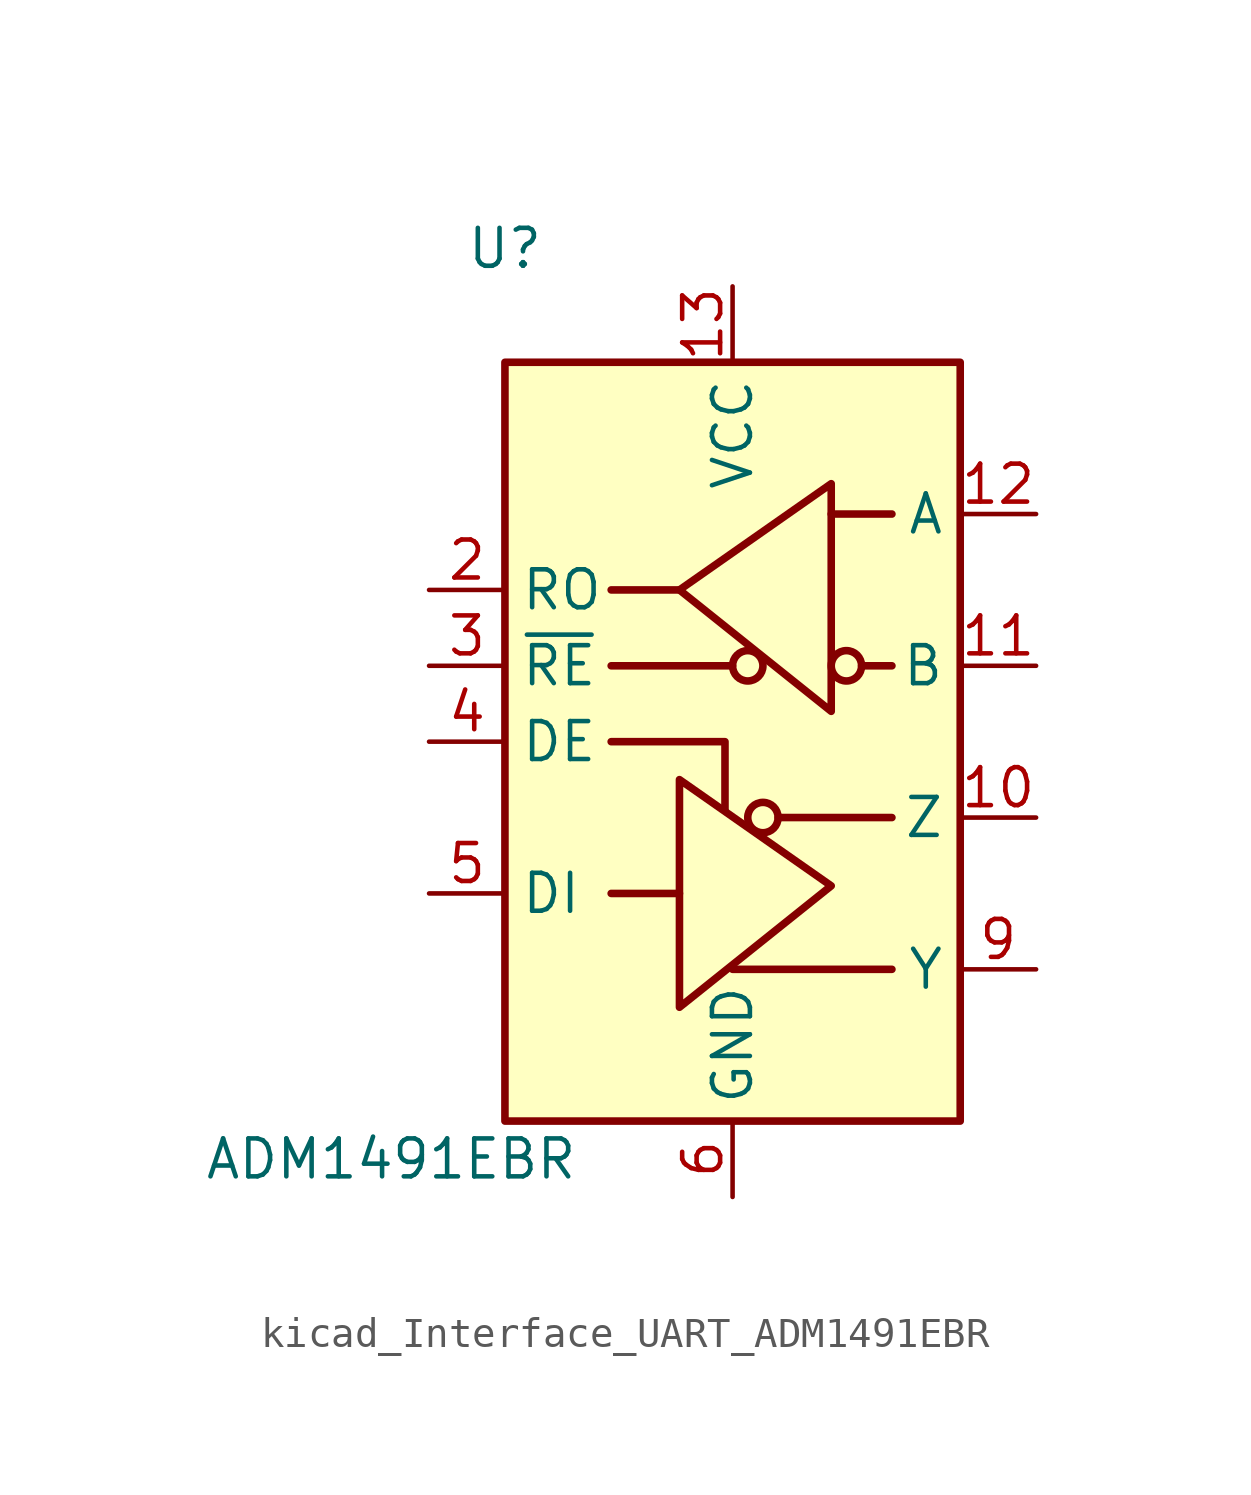
<source format=kicad_sym>
(kicad_symbol_lib
  (version 20220914)
  (generator kicad_symbol_editor)
  (symbol "kicad_Interface_UART_ADM1491EBR"
    (property "Reference" "U"
      (at -7.62 16.51 0)
      (effects (font (size 1.27 1.27))))
    (property "Value" "ADM1491EBR"
      (at -11.43 -13.97 0)
      (effects (font (size 1.27 1.27))))
    (symbol "kicad_Interface_UART_ADM1491EBR_0_1"
      (rectangle (start -7.62 12.7) (end 7.62 -12.7) (stroke (width 0.254) (type default)) (fill (type background)))
      (polyline (pts (xy -4.064 2.54) (xy 0 2.54)) (stroke (width 0.254) (type default)) (fill (type none)))
      (polyline (pts (xy -1.778 -5.08) (xy -4.064 -5.08)) (stroke (width 0.254) (type default)) (fill (type none)))
      (polyline (pts (xy -1.778 5.08) (xy -4.064 5.08)) (stroke (width 0.254) (type default)) (fill (type none)))
      (polyline (pts (xy 0 -7.62) (xy 5.334 -7.62)) (stroke (width 0.254) (type default)) (fill (type none)))
      (polyline (pts (xy 1.524 -2.54) (xy 5.334 -2.54)) (stroke (width 0.254) (type default)) (fill (type none)))
      (polyline (pts (xy 3.302 7.62) (xy 5.334 7.62)) (stroke (width 0.254) (type default)) (fill (type none)))
      (polyline (pts (xy 4.318 2.54) (xy 5.334 2.54)) (stroke (width 0.254) (type default)) (fill (type none)))
      (polyline (pts (xy -4.064 0) (xy -0.254 0) (xy -0.254 -2.286)) (stroke (width 0.254) (type default)) (fill (type none)))
      (polyline (pts (xy -1.778 -5.08) (xy -1.778 -1.27) (xy 3.302 -4.826) (xy -1.778 -8.89) (xy -1.778 -5.08)) (stroke (width 0.254) (type default)) (fill (type none)))
      (circle (center 1.016 -2.54) (radius 0.508) (stroke (width 0.254) (type default)) (fill (type none))))
    (symbol "kicad_Interface_UART_ADM1491EBR_1_1"
      (polyline (pts (xy 3.302 4.826) (xy 3.302 8.636) (xy -1.778 5.08) (xy 3.302 1.016) (xy 3.302 4.826)) (stroke (width 0.254) (type default)) (fill (type none)))
      (circle (center 0.508 2.54) (radius 0.508) (stroke (width 0.254) (type default)) (fill (type none)))
      (circle (center 3.81 2.54) (radius 0.508) (stroke (width 0.254) (type default)) (fill (type none)))
      (pin no_connect line (at -7.62 -10.16 0) (length 2.54) hide (name "NC" (effects (font (size 1.27 1.27)))) (number "1" (effects (font (size 1.27 1.27)))))
      (pin output line (at 10.16 -2.54 180) (length 2.54) (name "Z" (effects (font (size 1.27 1.27)))) (number "10" (effects (font (size 1.27 1.27)))))
      (pin input line (at 10.16 2.54 180) (length 2.54) (name "B" (effects (font (size 1.27 1.27)))) (number "11" (effects (font (size 1.27 1.27)))))
      (pin input line (at 10.16 7.62 180) (length 2.54) (name "A" (effects (font (size 1.27 1.27)))) (number "12" (effects (font (size 1.27 1.27)))))
      (pin power_in line (at 0 15.24 270) (length 2.54) (name "VCC" (effects (font (size 1.27 1.27)))) (number "13" (effects (font (size 1.27 1.27)))))
      (pin passive line (at 0 15.24 270) (length 2.54) hide (name "VCC" (effects (font (size 1.27 1.27)))) (number "14" (effects (font (size 1.27 1.27)))))
      (pin output line (at -10.16 5.08 0) (length 2.54) (name "RO" (effects (font (size 1.27 1.27)))) (number "2" (effects (font (size 1.27 1.27)))))
      (pin input line (at -10.16 2.54 0) (length 2.54) (name "~{RE}" (effects (font (size 1.27 1.27)))) (number "3" (effects (font (size 1.27 1.27)))))
      (pin input line (at -10.16 0 0) (length 2.54) (name "DE" (effects (font (size 1.27 1.27)))) (number "4" (effects (font (size 1.27 1.27)))))
      (pin input line (at -10.16 -5.08 0) (length 2.54) (name "DI" (effects (font (size 1.27 1.27)))) (number "5" (effects (font (size 1.27 1.27)))))
      (pin power_in line (at 0 -15.24 90) (length 2.54) (name "GND" (effects (font (size 1.27 1.27)))) (number "6" (effects (font (size 1.27 1.27)))))
      (pin passive line (at 0 -15.24 90) (length 2.54) hide (name "GND" (effects (font (size 1.27 1.27)))) (number "7" (effects (font (size 1.27 1.27)))))
      (pin no_connect line (at -7.62 -7.62 0) (length 2.54) hide (name "NC" (effects (font (size 1.27 1.27)))) (number "8" (effects (font (size 1.27 1.27)))))
      (pin output line (at 10.16 -7.62 180) (length 2.54) (name "Y" (effects (font (size 1.27 1.27)))) (number "9" (effects (font (size 1.27 1.27))))))))
</source>
